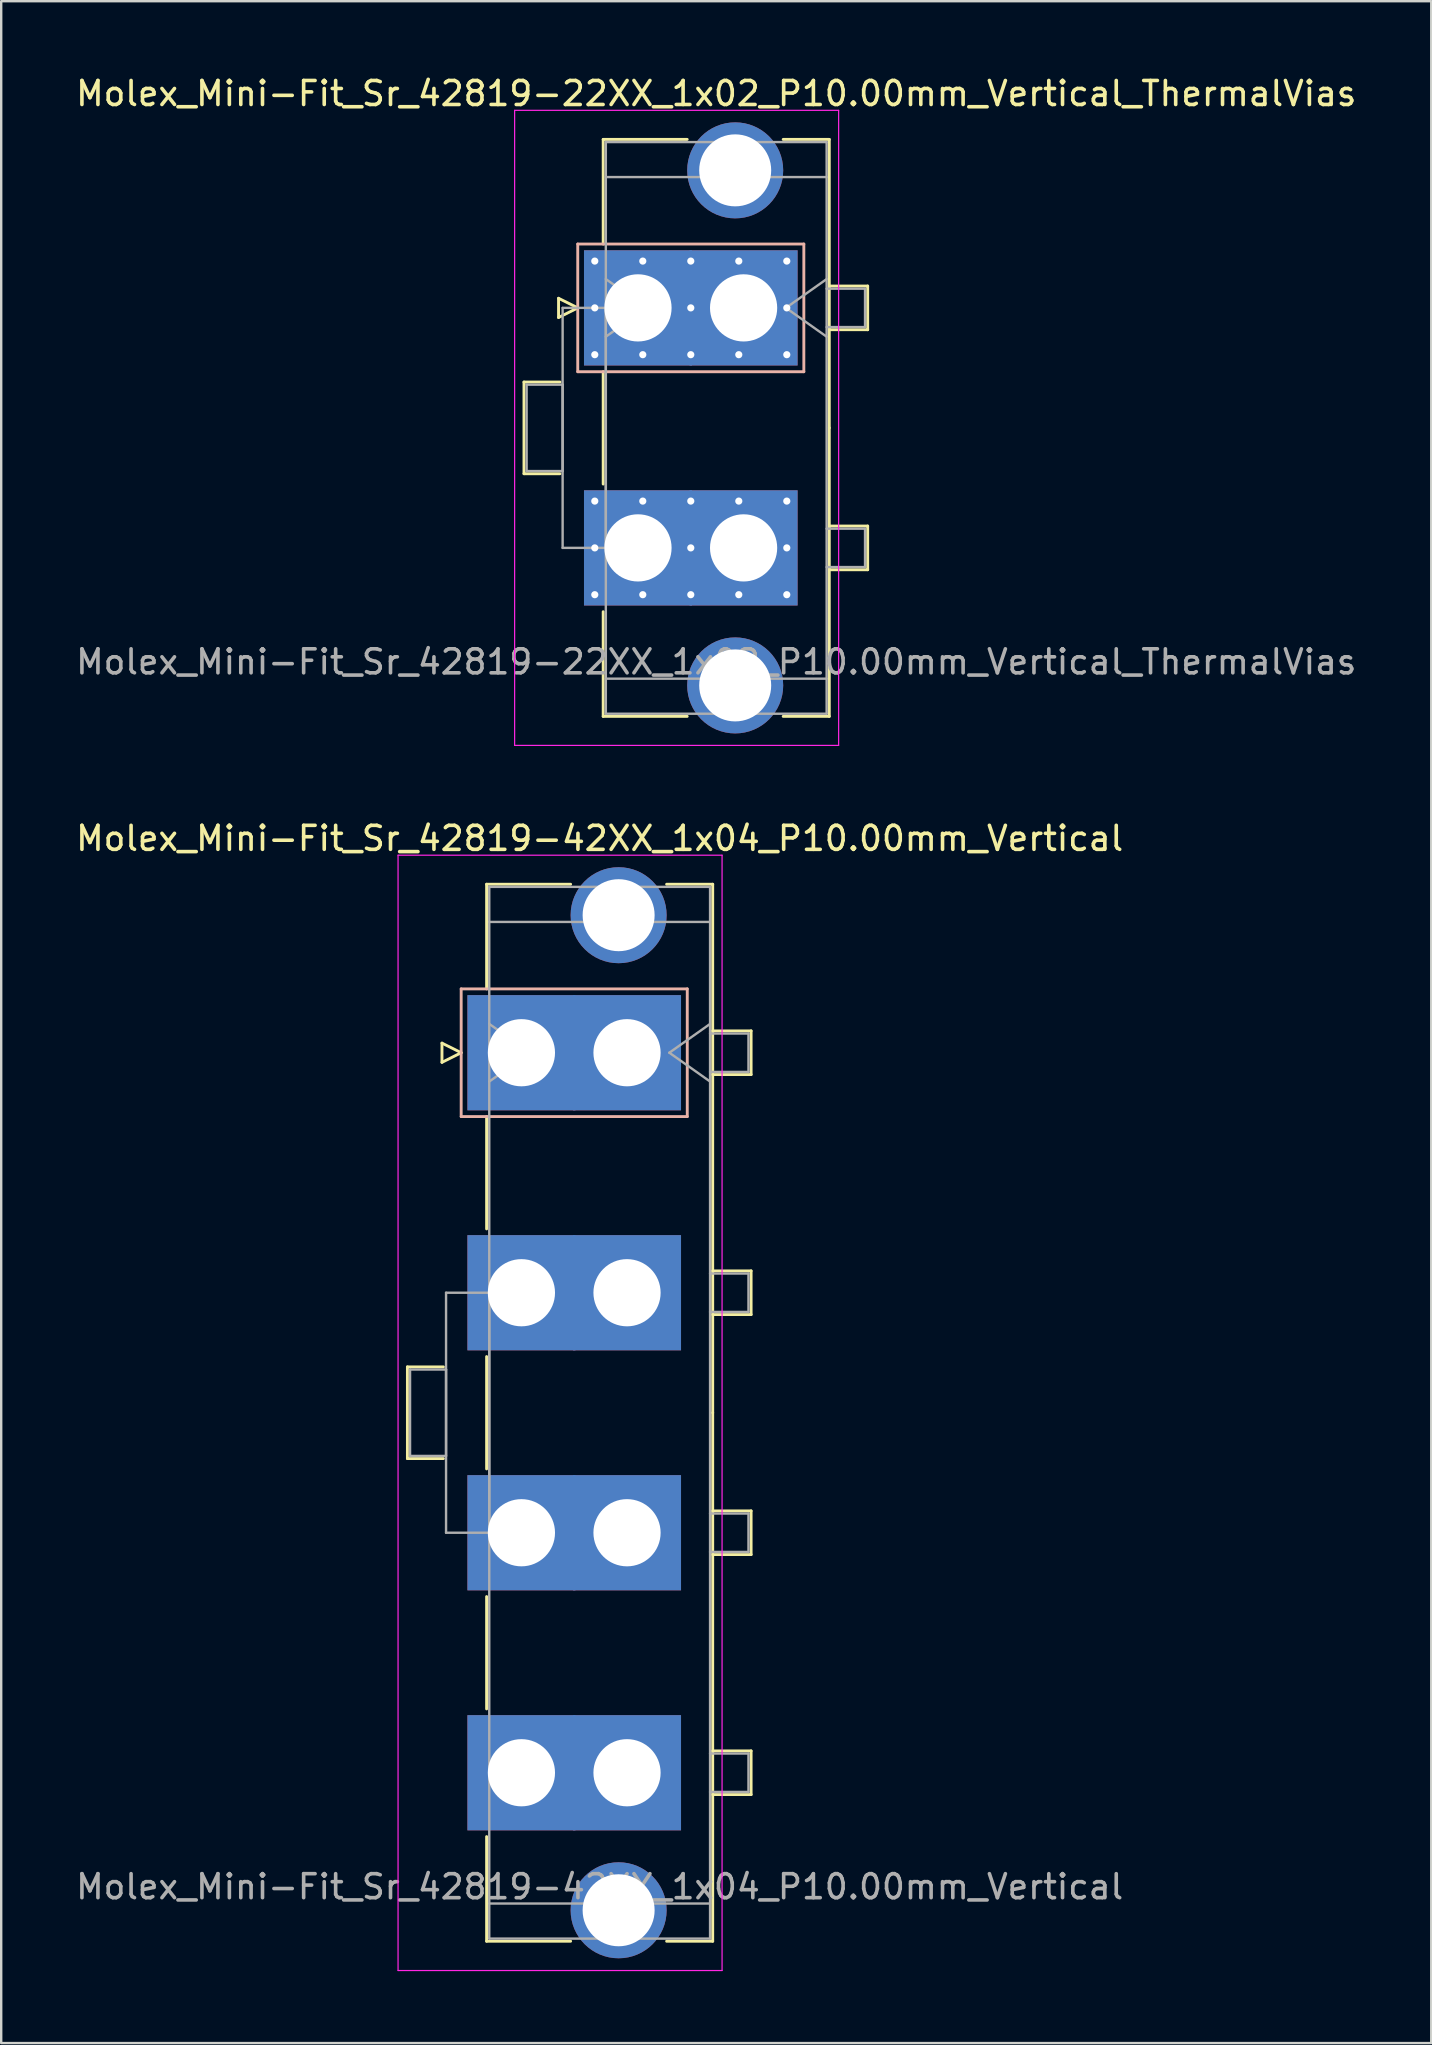
<source format=kicad_pcb>
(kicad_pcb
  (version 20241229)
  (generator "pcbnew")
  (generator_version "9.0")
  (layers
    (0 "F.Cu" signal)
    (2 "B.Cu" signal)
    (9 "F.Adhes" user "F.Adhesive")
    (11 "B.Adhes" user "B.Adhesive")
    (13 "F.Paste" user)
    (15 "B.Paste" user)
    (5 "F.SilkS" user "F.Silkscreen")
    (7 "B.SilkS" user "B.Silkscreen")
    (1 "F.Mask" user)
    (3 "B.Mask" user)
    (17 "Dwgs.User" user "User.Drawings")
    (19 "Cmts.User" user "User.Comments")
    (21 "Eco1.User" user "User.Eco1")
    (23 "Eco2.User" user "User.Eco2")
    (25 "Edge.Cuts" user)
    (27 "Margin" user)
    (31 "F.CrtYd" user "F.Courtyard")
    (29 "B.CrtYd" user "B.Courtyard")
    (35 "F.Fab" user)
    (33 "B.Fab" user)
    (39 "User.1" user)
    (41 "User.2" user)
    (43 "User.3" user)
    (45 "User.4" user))
  (footprint "Molex_Mini-Fit_Sr_42819-42XX_1x04_P10.00mm_Vertical"
    (layer "F.Cu")
    (at 18.675 40.812)
    (property "Reference" "Molex_Mini-Fit_Sr_42819-42XX_1x04_P10.00mm_Vertical" (at 3.26 -8.93 0) (layer "F.SilkS") (effects (font (size 1 1) (thickness 0.15))))
    (attr through_hole)
    (fp_line (start -4.75 13.09) (end -4.75 16.91) (stroke (width 0.12) (type solid)) (layer "F.SilkS"))
    (fp_line (start -4.75 16.91) (end -3.25 16.91) (stroke (width 0.12) (type solid)) (layer "F.SilkS"))
    (fp_line (start -3.31 -0.4) (end -3.31 0.4) (stroke (width 0.12) (type solid)) (layer "F.SilkS"))
    (fp_line (start -3.31 0.4) (end -2.51 0) (stroke (width 0.12) (type solid)) (layer "F.SilkS"))
    (fp_line (start -3.25 13.09) (end -4.75 13.09) (stroke (width 0.12) (type solid)) (layer "F.SilkS"))
    (fp_line (start -2.51 0) (end -3.31 -0.4) (stroke (width 0.12) (type solid)) (layer "F.SilkS"))
    (fp_line (start -1.45 -7.02) (end 2.05 -7.02) (stroke (width 0.12) (type solid)) (layer "F.SilkS"))
    (fp_line (start -1.45 -2.66) (end -1.45 -7.02) (stroke (width 0.12) (type solid)) (layer "F.SilkS"))
    (fp_line (start -1.45 2.66) (end -1.45 7.34) (stroke (width 0.12) (type solid)) (layer "F.SilkS"))
    (fp_line (start -1.45 12.66) (end -1.45 17.34) (stroke (width 0.12) (type solid)) (layer "F.SilkS"))
    (fp_line (start -1.45 22.66) (end -1.45 27.34) (stroke (width 0.12) (type solid)) (layer "F.SilkS"))
    (fp_line (start -1.45 32.66) (end -1.45 37.02) (stroke (width 0.12) (type solid)) (layer "F.SilkS"))
    (fp_line (start -1.45 37.02) (end 2.05 37.02) (stroke (width 0.12) (type solid)) (layer "F.SilkS"))
    (fp_line (start 6.05 -7.02) (end 7.97 -7.02) (stroke (width 0.12) (type solid)) (layer "F.SilkS"))
    (fp_line (start 6.05 37.02) (end 7.97 37.02) (stroke (width 0.12) (type solid)) (layer "F.SilkS"))
    (fp_line (start 7.97 -7.02) (end 7.97 15) (stroke (width 0.12) (type solid)) (layer "F.SilkS"))
    (fp_line (start 7.97 -0.91) (end 9.57 -0.91) (stroke (width 0.12) (type solid)) (layer "F.SilkS"))
    (fp_line (start 7.97 9.09) (end 9.57 9.09) (stroke (width 0.12) (type solid)) (layer "F.SilkS"))
    (fp_line (start 7.97 19.09) (end 9.57 19.09) (stroke (width 0.12) (type solid)) (layer "F.SilkS"))
    (fp_line (start 7.97 29.09) (end 9.57 29.09) (stroke (width 0.12) (type solid)) (layer "F.SilkS"))
    (fp_line (start 7.97 37.02) (end 7.97 15) (stroke (width 0.12) (type solid)) (layer "F.SilkS"))
    (fp_line (start 9.57 -0.91) (end 9.57 0.91) (stroke (width 0.12) (type solid)) (layer "F.SilkS"))
    (fp_line (start 9.57 0.91) (end 7.97 0.91) (stroke (width 0.12) (type solid)) (layer "F.SilkS"))
    (fp_line (start 9.57 9.09) (end 9.57 10.91) (stroke (width 0.12) (type solid)) (layer "F.SilkS"))
    (fp_line (start 9.57 10.91) (end 7.97 10.91) (stroke (width 0.12) (type solid)) (layer "F.SilkS"))
    (fp_line (start 9.57 19.09) (end 9.57 20.91) (stroke (width 0.12) (type solid)) (layer "F.SilkS"))
    (fp_line (start 9.57 20.91) (end 7.97 20.91) (stroke (width 0.12) (type solid)) (layer "F.SilkS"))
    (fp_line (start 9.57 29.09) (end 9.57 30.91) (stroke (width 0.12) (type solid)) (layer "F.SilkS"))
    (fp_line (start 9.57 30.91) (end 7.97 30.91) (stroke (width 0.12) (type solid)) (layer "F.SilkS"))
    (fp_line (start -2.51 -2.66) (end -2.51 2.66) (stroke (width 0.12) (type solid)) (layer "B.SilkS"))
    (fp_line (start -2.51 2.66) (end 6.91 2.66) (stroke (width 0.12) (type solid)) (layer "B.SilkS"))
    (fp_line (start 6.91 -2.66) (end -2.51 -2.66) (stroke (width 0.12) (type solid)) (layer "B.SilkS"))
    (fp_line (start 6.91 2.66) (end 6.91 -2.66) (stroke (width 0.12) (type solid)) (layer "B.SilkS"))
    (fp_line (start -5.14 -8.23) (end -5.14 38.24) (stroke (width 0.05) (type solid)) (layer "F.CrtYd"))
    (fp_line (start -5.14 38.24) (end 8.36 38.24) (stroke (width 0.05) (type solid)) (layer "F.CrtYd"))
    (fp_line (start 8.36 -8.23) (end -5.14 -8.23) (stroke (width 0.05) (type solid)) (layer "F.CrtYd"))
    (fp_line (start 8.36 38.24) (end 8.36 -8.23) (stroke (width 0.05) (type solid)) (layer "F.CrtYd"))
    (fp_line (start -4.64 13.2) (end -3.14 13.2) (stroke (width 0.1) (type solid)) (layer "F.Fab"))
    (fp_line (start -4.64 16.8) (end -4.64 13.2) (stroke (width 0.1) (type solid)) (layer "F.Fab"))
    (fp_line (start -3.14 10) (end -1.34 10) (stroke (width 0.1) (type solid)) (layer "F.Fab"))
    (fp_line (start -3.14 13.2) (end -3.14 16.8) (stroke (width 0.1) (type solid)) (layer "F.Fab"))
    (fp_line (start -3.14 16.8) (end -4.64 16.8) (stroke (width 0.1) (type solid)) (layer "F.Fab"))
    (fp_line (start -3.14 20) (end -3.14 10) (stroke (width 0.1) (type solid)) (layer "F.Fab"))
    (fp_line (start -1.34 -6.91) (end -1.34 36.91) (stroke (width 0.1) (type solid)) (layer "F.Fab"))
    (fp_line (start -1.34 -5.45) (end 7.86 -5.45) (stroke (width 0.1) (type solid)) (layer "F.Fab"))
    (fp_line (start -1.34 -1.2) (end 0.357 0) (stroke (width 0.1) (type solid)) (layer "F.Fab"))
    (fp_line (start -1.34 10) (end -1.34 20) (stroke (width 0.1) (type solid)) (layer "F.Fab"))
    (fp_line (start -1.34 20) (end -3.14 20) (stroke (width 0.1) (type solid)) (layer "F.Fab"))
    (fp_line (start -1.34 35.45) (end 7.86 35.45) (stroke (width 0.1) (type solid)) (layer "F.Fab"))
    (fp_line (start -1.34 36.91) (end 7.86 36.91) (stroke (width 0.1) (type solid)) (layer "F.Fab"))
    (fp_line (start 0.357 0) (end -1.34 1.2) (stroke (width 0.1) (type solid)) (layer "F.Fab"))
    (fp_line (start 6.163 0) (end 7.86 1.2) (stroke (width 0.1) (type solid)) (layer "F.Fab"))
    (fp_line (start 7.86 -6.91) (end -1.34 -6.91) (stroke (width 0.1) (type solid)) (layer "F.Fab"))
    (fp_line (start 7.86 -1.2) (end 6.163 0) (stroke (width 0.1) (type solid)) (layer "F.Fab"))
    (fp_line (start 7.86 -0.8) (end 9.46 -0.8) (stroke (width 0.1) (type solid)) (layer "F.Fab"))
    (fp_line (start 7.86 9.2) (end 9.46 9.2) (stroke (width 0.1) (type solid)) (layer "F.Fab"))
    (fp_line (start 7.86 19.2) (end 9.46 19.2) (stroke (width 0.1) (type solid)) (layer "F.Fab"))
    (fp_line (start 7.86 29.2) (end 9.46 29.2) (stroke (width 0.1) (type solid)) (layer "F.Fab"))
    (fp_line (start 7.86 36.91) (end 7.86 -6.91) (stroke (width 0.1) (type solid)) (layer "F.Fab"))
    (fp_line (start 9.46 -0.8) (end 9.46 0.8) (stroke (width 0.1) (type solid)) (layer "F.Fab"))
    (fp_line (start 9.46 0.8) (end 7.86 0.8) (stroke (width 0.1) (type solid)) (layer "F.Fab"))
    (fp_line (start 9.46 9.2) (end 9.46 10.8) (stroke (width 0.1) (type solid)) (layer "F.Fab"))
    (fp_line (start 9.46 10.8) (end 7.86 10.8) (stroke (width 0.1) (type solid)) (layer "F.Fab"))
    (fp_line (start 9.46 19.2) (end 9.46 20.8) (stroke (width 0.1) (type solid)) (layer "F.Fab"))
    (fp_line (start 9.46 20.8) (end 7.86 20.8) (stroke (width 0.1) (type solid)) (layer "F.Fab"))
    (fp_line (start 9.46 29.2) (end 9.46 30.8) (stroke (width 0.1) (type solid)) (layer "F.Fab"))
    (fp_line (start 9.46 30.8) (end 7.86 30.8) (stroke (width 0.1) (type solid)) (layer "F.Fab"))
    (fp_text user "${REFERENCE}" (at 3.26 34.75 0) (layer "F.Fab") (effects (font (size 1 1) (thickness 0.15))))
    (pad "" thru_hole circle (at 4.05 -5.73) (size 4 4) (drill 3) (layers "*.Cu" "*.Mask"))
    (pad "" thru_hole circle (at 4.05 35.73) (size 4 4) (drill 3) (layers "*.Cu" "*.Mask"))
    (pad "1" thru_hole rect (at 0 0) (size 4.5 4.8) (drill 2.8) (layers "*.Cu" "*.Mask"))
    (pad "1" thru_hole rect (at 4.4 0) (size 4.5 4.8) (drill 2.8) (layers "*.Cu" "*.Mask"))
    (pad "2" thru_hole rect (at 0 10) (size 4.5 4.8) (drill 2.8) (layers "*.Cu" "*.Mask"))
    (pad "2" thru_hole rect (at 4.4 10) (size 4.5 4.8) (drill 2.8) (layers "*.Cu" "*.Mask"))
    (pad "3" thru_hole rect (at 0 20) (size 4.5 4.8) (drill 2.8) (layers "*.Cu" "*.Mask"))
    (pad "3" thru_hole rect (at 4.4 20) (size 4.5 4.8) (drill 2.8) (layers "*.Cu" "*.Mask"))
    (pad "4" thru_hole rect (at 0 30) (size 4.5 4.8) (drill 2.8) (layers "*.Cu" "*.Mask"))
    (pad "4" thru_hole rect (at 4.4 30) (size 4.5 4.8) (drill 2.8) (layers "*.Cu" "*.Mask")))
  (footprint "Molex_Mini-Fit_Sr_42819-22XX_1x02_P10.00mm_Vertical_ThermalVias"
    (layer "F.Cu")
    (at 23.532 9.778)
    (property "Reference" "Molex_Mini-Fit_Sr_42819-22XX_1x02_P10.00mm_Vertical_ThermalVias" (at 3.26 -8.93 0) (layer "F.SilkS") (effects (font (size 1 1) (thickness 0.15))))
    (attr through_hole)
    (fp_line (start -4.75 3.09) (end -4.75 6.91) (stroke (width 0.12) (type solid)) (layer "F.SilkS"))
    (fp_line (start -4.75 6.91) (end -3.25 6.91) (stroke (width 0.12) (type solid)) (layer "F.SilkS"))
    (fp_line (start -3.31 -0.4) (end -3.31 0.4) (stroke (width 0.12) (type solid)) (layer "F.SilkS"))
    (fp_line (start -3.31 0.4) (end -2.51 0) (stroke (width 0.12) (type solid)) (layer "F.SilkS"))
    (fp_line (start -3.25 3.09) (end -4.75 3.09) (stroke (width 0.12) (type solid)) (layer "F.SilkS"))
    (fp_line (start -2.51 0) (end -3.31 -0.4) (stroke (width 0.12) (type solid)) (layer "F.SilkS"))
    (fp_line (start -1.45 -7.02) (end 2.05 -7.02) (stroke (width 0.12) (type solid)) (layer "F.SilkS"))
    (fp_line (start -1.45 -2.66) (end -1.45 -7.02) (stroke (width 0.12) (type solid)) (layer "F.SilkS"))
    (fp_line (start -1.45 2.66) (end -1.45 7.34) (stroke (width 0.12) (type solid)) (layer "F.SilkS"))
    (fp_line (start -1.45 12.66) (end -1.45 17.02) (stroke (width 0.12) (type solid)) (layer "F.SilkS"))
    (fp_line (start -1.45 17.02) (end 2.05 17.02) (stroke (width 0.12) (type solid)) (layer "F.SilkS"))
    (fp_line (start 6.05 -7.02) (end 7.97 -7.02) (stroke (width 0.12) (type solid)) (layer "F.SilkS"))
    (fp_line (start 6.05 17.02) (end 7.97 17.02) (stroke (width 0.12) (type solid)) (layer "F.SilkS"))
    (fp_line (start 7.97 -7.02) (end 7.97 5) (stroke (width 0.12) (type solid)) (layer "F.SilkS"))
    (fp_line (start 7.97 -0.91) (end 9.57 -0.91) (stroke (width 0.12) (type solid)) (layer "F.SilkS"))
    (fp_line (start 7.97 9.09) (end 9.57 9.09) (stroke (width 0.12) (type solid)) (layer "F.SilkS"))
    (fp_line (start 7.97 17.02) (end 7.97 5) (stroke (width 0.12) (type solid)) (layer "F.SilkS"))
    (fp_line (start 9.57 -0.91) (end 9.57 0.91) (stroke (width 0.12) (type solid)) (layer "F.SilkS"))
    (fp_line (start 9.57 0.91) (end 7.97 0.91) (stroke (width 0.12) (type solid)) (layer "F.SilkS"))
    (fp_line (start 9.57 9.09) (end 9.57 10.91) (stroke (width 0.12) (type solid)) (layer "F.SilkS"))
    (fp_line (start 9.57 10.91) (end 7.97 10.91) (stroke (width 0.12) (type solid)) (layer "F.SilkS"))
    (fp_line (start -2.51 -2.66) (end -2.51 2.66) (stroke (width 0.12) (type solid)) (layer "B.SilkS"))
    (fp_line (start -2.51 2.66) (end 6.91 2.66) (stroke (width 0.12) (type solid)) (layer "B.SilkS"))
    (fp_line (start 6.91 -2.66) (end -2.51 -2.66) (stroke (width 0.12) (type solid)) (layer "B.SilkS"))
    (fp_line (start 6.91 2.66) (end 6.91 -2.66) (stroke (width 0.12) (type solid)) (layer "B.SilkS"))
    (fp_line (start -5.14 -8.23) (end -5.14 18.23) (stroke (width 0.05) (type solid)) (layer "F.CrtYd"))
    (fp_line (start -5.14 18.23) (end 8.36 18.23) (stroke (width 0.05) (type solid)) (layer "F.CrtYd"))
    (fp_line (start 8.36 -8.23) (end -5.14 -8.23) (stroke (width 0.05) (type solid)) (layer "F.CrtYd"))
    (fp_line (start 8.36 18.23) (end 8.36 -8.23) (stroke (width 0.05) (type solid)) (layer "F.CrtYd"))
    (fp_line (start -4.64 3.2) (end -3.14 3.2) (stroke (width 0.1) (type solid)) (layer "F.Fab"))
    (fp_line (start -4.64 6.8) (end -4.64 3.2) (stroke (width 0.1) (type solid)) (layer "F.Fab"))
    (fp_line (start -3.14 0) (end -1.34 0) (stroke (width 0.1) (type solid)) (layer "F.Fab"))
    (fp_line (start -3.14 3.2) (end -3.14 6.8) (stroke (width 0.1) (type solid)) (layer "F.Fab"))
    (fp_line (start -3.14 6.8) (end -4.64 6.8) (stroke (width 0.1) (type solid)) (layer "F.Fab"))
    (fp_line (start -3.14 10) (end -3.14 0) (stroke (width 0.1) (type solid)) (layer "F.Fab"))
    (fp_line (start -1.34 -6.91) (end -1.34 16.91) (stroke (width 0.1) (type solid)) (layer "F.Fab"))
    (fp_line (start -1.34 -5.45) (end 7.86 -5.45) (stroke (width 0.1) (type solid)) (layer "F.Fab"))
    (fp_line (start -1.34 -1.2) (end 0.357 0) (stroke (width 0.1) (type solid)) (layer "F.Fab"))
    (fp_line (start -1.34 0) (end -1.34 10) (stroke (width 0.1) (type solid)) (layer "F.Fab"))
    (fp_line (start -1.34 10) (end -3.14 10) (stroke (width 0.1) (type solid)) (layer "F.Fab"))
    (fp_line (start -1.34 15.45) (end 7.86 15.45) (stroke (width 0.1) (type solid)) (layer "F.Fab"))
    (fp_line (start -1.34 16.91) (end 7.86 16.91) (stroke (width 0.1) (type solid)) (layer "F.Fab"))
    (fp_line (start 0.357 0) (end -1.34 1.2) (stroke (width 0.1) (type solid)) (layer "F.Fab"))
    (fp_line (start 6.163 0) (end 7.86 1.2) (stroke (width 0.1) (type solid)) (layer "F.Fab"))
    (fp_line (start 7.86 -6.91) (end -1.34 -6.91) (stroke (width 0.1) (type solid)) (layer "F.Fab"))
    (fp_line (start 7.86 -1.2) (end 6.163 0) (stroke (width 0.1) (type solid)) (layer "F.Fab"))
    (fp_line (start 7.86 -0.8) (end 9.46 -0.8) (stroke (width 0.1) (type solid)) (layer "F.Fab"))
    (fp_line (start 7.86 9.2) (end 9.46 9.2) (stroke (width 0.1) (type solid)) (layer "F.Fab"))
    (fp_line (start 7.86 16.91) (end 7.86 -6.91) (stroke (width 0.1) (type solid)) (layer "F.Fab"))
    (fp_line (start 9.46 -0.8) (end 9.46 0.8) (stroke (width 0.1) (type solid)) (layer "F.Fab"))
    (fp_line (start 9.46 0.8) (end 7.86 0.8) (stroke (width 0.1) (type solid)) (layer "F.Fab"))
    (fp_line (start 9.46 9.2) (end 9.46 10.8) (stroke (width 0.1) (type solid)) (layer "F.Fab"))
    (fp_line (start 9.46 10.8) (end 7.86 10.8) (stroke (width 0.1) (type solid)) (layer "F.Fab"))
    (fp_text user "${REFERENCE}" (at 3.26 14.75 0) (layer "F.Fab") (effects (font (size 1 1) (thickness 0.15))))
    (pad "" thru_hole circle (at 4.05 -5.73) (size 4 4) (drill 3) (layers "*.Cu" "*.Mask"))
    (pad "" thru_hole circle (at 4.05 15.73) (size 4 4) (drill 3) (layers "*.Cu" "*.Mask"))
    (pad "1" thru_hole roundrect (at -1.8 -1.95) (size 0.6 0.6) (drill 0.3) (layers "*.Cu" "*.Mask") (roundrect_rratio 0.25))
    (pad "1" thru_hole roundrect (at -1.8 0) (size 0.6 0.6) (drill 0.3) (layers "*.Cu" "*.Mask") (roundrect_rratio 0.25))
    (pad "1" thru_hole roundrect (at -1.8 1.95) (size 0.6 0.6) (drill 0.3) (layers "*.Cu" "*.Mask") (roundrect_rratio 0.25))
    (pad "1" thru_hole rect (at 0 0) (size 4.5 4.8) (drill 2.8) (layers "*.Cu" "*.Mask"))
    (pad "1" thru_hole roundrect (at 0.2 -1.95) (size 0.6 0.6) (drill 0.3) (layers "*.Cu" "*.Mask") (roundrect_rratio 0.25))
    (pad "1" thru_hole roundrect (at 0.2 1.95) (size 0.6 0.6) (drill 0.3) (layers "*.Cu" "*.Mask") (roundrect_rratio 0.25))
    (pad "1" thru_hole roundrect (at 2.2 -1.95) (size 0.6 0.6) (drill 0.3) (layers "*.Cu" "*.Mask") (roundrect_rratio 0.25))
    (pad "1" thru_hole roundrect (at 2.2 0) (size 0.6 0.6) (drill 0.3) (layers "*.Cu" "*.Mask") (roundrect_rratio 0.25))
    (pad "1" thru_hole roundrect (at 2.2 1.95) (size 0.6 0.6) (drill 0.3) (layers "*.Cu" "*.Mask") (roundrect_rratio 0.25))
    (pad "1" thru_hole roundrect (at 4.2 -1.95) (size 0.6 0.6) (drill 0.3) (layers "*.Cu" "*.Mask") (roundrect_rratio 0.25))
    (pad "1" thru_hole roundrect (at 4.2 1.95) (size 0.6 0.6) (drill 0.3) (layers "*.Cu" "*.Mask") (roundrect_rratio 0.25))
    (pad "1" thru_hole rect (at 4.4 0) (size 4.5 4.8) (drill 2.8) (layers "*.Cu" "*.Mask"))
    (pad "1" thru_hole roundrect (at 6.2 -1.95) (size 0.6 0.6) (drill 0.3) (layers "*.Cu" "*.Mask") (roundrect_rratio 0.25))
    (pad "1" thru_hole roundrect (at 6.2 0) (size 0.6 0.6) (drill 0.3) (layers "*.Cu" "*.Mask") (roundrect_rratio 0.25))
    (pad "1" thru_hole roundrect (at 6.2 1.95) (size 0.6 0.6) (drill 0.3) (layers "*.Cu" "*.Mask") (roundrect_rratio 0.25))
    (pad "2" thru_hole circle (at -1.8 8.05) (size 0.6 0.6) (drill 0.3) (layers "*.Cu" "*.Mask"))
    (pad "2" thru_hole circle (at -1.8 10) (size 0.6 0.6) (drill 0.3) (layers "*.Cu" "*.Mask"))
    (pad "2" thru_hole circle (at -1.8 11.95) (size 0.6 0.6) (drill 0.3) (layers "*.Cu" "*.Mask"))
    (pad "2" thru_hole rect (at 0 10) (size 4.5 4.8) (drill 2.8) (layers "*.Cu" "*.Mask"))
    (pad "2" thru_hole circle (at 0.2 8.05) (size 0.6 0.6) (drill 0.3) (layers "*.Cu" "*.Mask"))
    (pad "2" thru_hole circle (at 0.2 11.95) (size 0.6 0.6) (drill 0.3) (layers "*.Cu" "*.Mask"))
    (pad "2" thru_hole circle (at 2.2 8.05) (size 0.6 0.6) (drill 0.3) (layers "*.Cu" "*.Mask"))
    (pad "2" thru_hole circle (at 2.2 10) (size 0.6 0.6) (drill 0.3) (layers "*.Cu" "*.Mask"))
    (pad "2" thru_hole circle (at 2.2 11.95) (size 0.6 0.6) (drill 0.3) (layers "*.Cu" "*.Mask"))
    (pad "2" thru_hole circle (at 4.2 8.05) (size 0.6 0.6) (drill 0.3) (layers "*.Cu" "*.Mask"))
    (pad "2" thru_hole circle (at 4.2 11.95) (size 0.6 0.6) (drill 0.3) (layers "*.Cu" "*.Mask"))
    (pad "2" thru_hole rect (at 4.4 10) (size 4.5 4.8) (drill 2.8) (layers "*.Cu" "*.Mask"))
    (pad "2" thru_hole circle (at 6.2 8.05) (size 0.6 0.6) (drill 0.3) (layers "*.Cu" "*.Mask"))
    (pad "2" thru_hole circle (at 6.2 10) (size 0.6 0.6) (drill 0.3) (layers "*.Cu" "*.Mask"))
    (pad "2" thru_hole circle (at 6.2 11.95) (size 0.6 0.6) (drill 0.3) (layers "*.Cu" "*.Mask")))
  (gr_rect
    (start -3 -3)
    (end 56.583 82.076)
    (stroke (width 0.1) (type default))
    (fill no)
    (layer "Edge.Cuts")))
</source>
